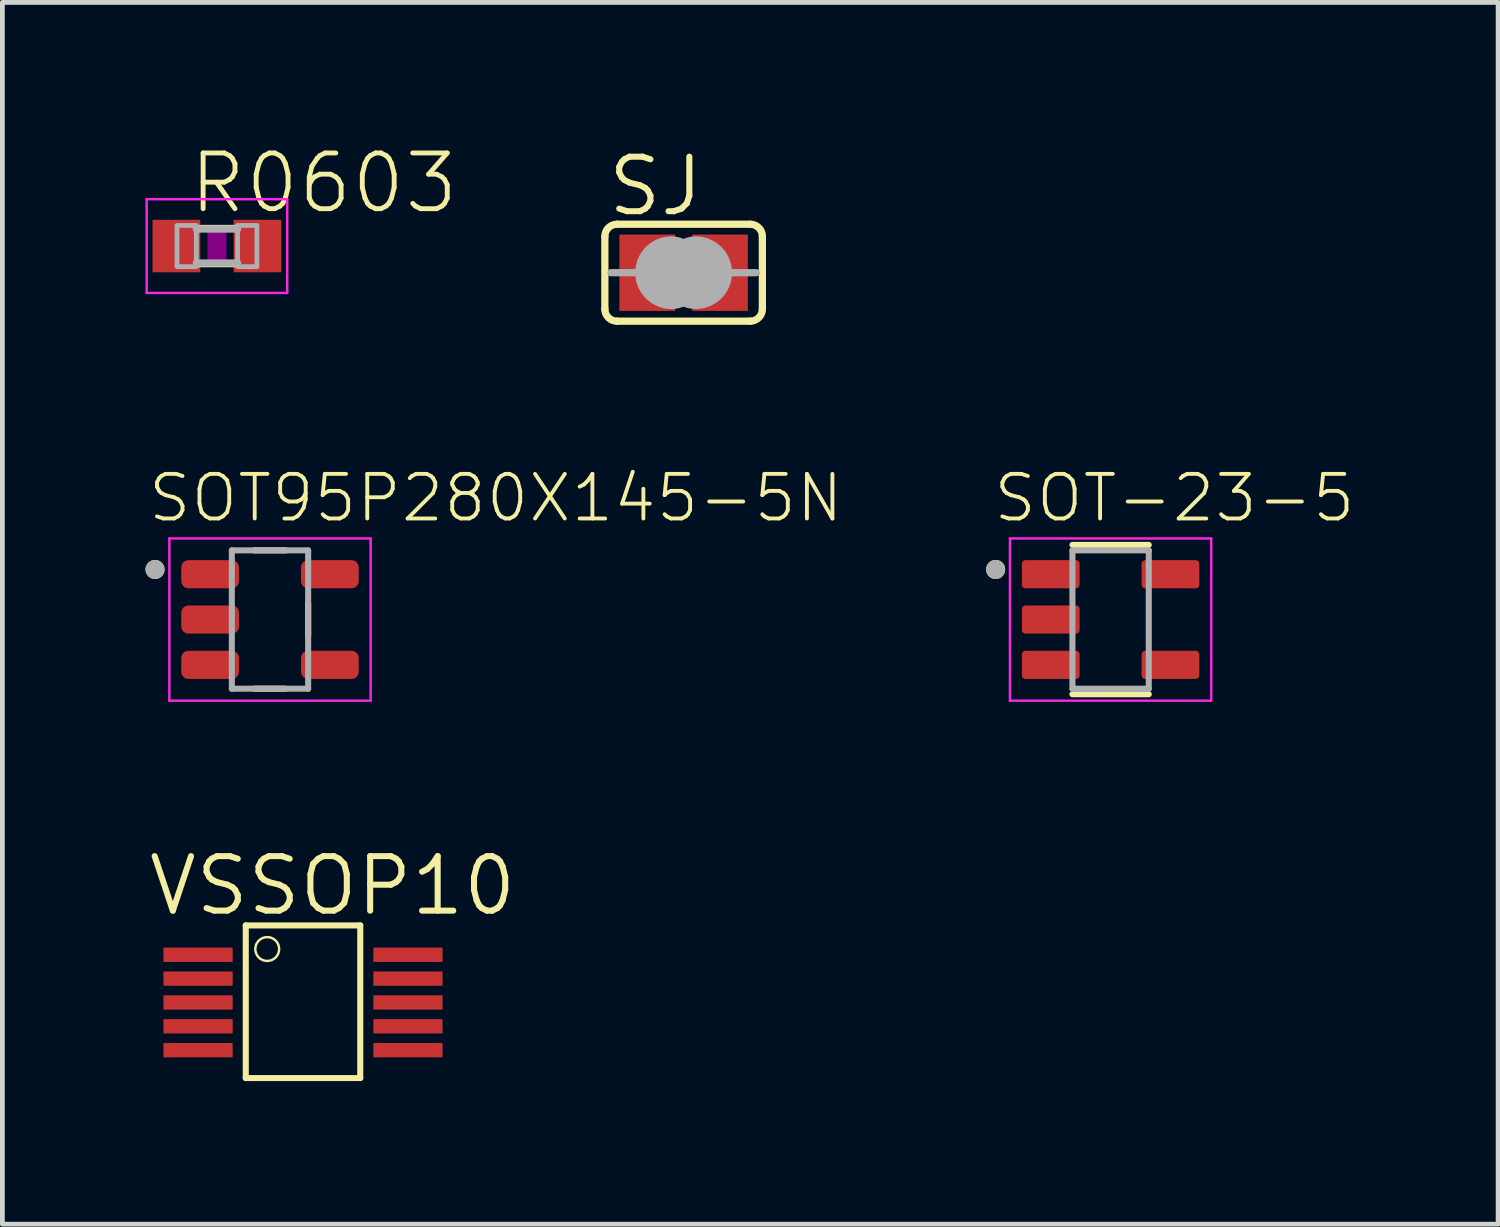
<source format=kicad_pcb>
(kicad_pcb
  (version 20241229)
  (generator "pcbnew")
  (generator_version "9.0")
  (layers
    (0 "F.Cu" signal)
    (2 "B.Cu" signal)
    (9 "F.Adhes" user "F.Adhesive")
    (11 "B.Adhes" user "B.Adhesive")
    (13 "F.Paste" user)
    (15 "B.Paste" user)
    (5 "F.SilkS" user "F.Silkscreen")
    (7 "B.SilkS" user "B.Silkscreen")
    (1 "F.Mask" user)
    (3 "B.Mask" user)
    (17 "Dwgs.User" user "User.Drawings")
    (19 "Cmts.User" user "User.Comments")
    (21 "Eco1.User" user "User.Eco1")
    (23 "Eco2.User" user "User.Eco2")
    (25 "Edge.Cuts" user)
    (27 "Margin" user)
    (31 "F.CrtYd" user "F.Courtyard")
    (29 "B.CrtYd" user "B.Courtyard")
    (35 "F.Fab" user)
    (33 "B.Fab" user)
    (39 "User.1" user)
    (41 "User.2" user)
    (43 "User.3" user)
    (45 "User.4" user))
  (footprint "SJ"
    (layer "F.Cu")
    (at 11.281 2.667)
    (property "Reference" "SJ" (at -1.651 -1.143 0) (unlocked yes) (layer "F.SilkS") (effects (font (size 1.143 1.143) (thickness 0.127)) (justify left bottom)))
    (fp_poly (pts (xy -0.076 0.914) (xy 0.076 0.914) (xy 0.076 -0.914) (xy -0.076 -0.914)) (stroke (width 0) (type default)) (fill yes) (layer "F.Mask"))
    (fp_line (start -1.651 0.762) (end -1.651 -0.762) (stroke (width 0.152) (type solid)) (layer "F.SilkS"))
    (fp_line (start -1.397 -1.016) (end 1.397 -1.016) (stroke (width 0.152) (type solid)) (layer "F.SilkS"))
    (fp_line (start 1.397 1.016) (end -1.397 1.016) (stroke (width 0.152) (type solid)) (layer "F.SilkS"))
    (fp_line (start 1.651 0.762) (end 1.651 -0.762) (stroke (width 0.152) (type solid)) (layer "F.SilkS"))
    (fp_arc (start -1.651 -0.762) (mid -1.576605 -0.941605) (end -1.397 -1.016) (stroke (width 0.1524) (type solid)) (layer "F.SilkS"))
    (fp_arc (start -1.397 1.016) (mid -1.576605 0.941605) (end -1.651 0.762) (stroke (width 0.1524) (type solid)) (layer "F.SilkS"))
    (fp_arc (start 1.397 -1.016) (mid 1.576605 -0.941605) (end 1.651 -0.762) (stroke (width 0.1524) (type solid)) (layer "F.SilkS"))
    (fp_arc (start 1.651 0.762) (mid 1.576605 0.941605) (end 1.397 1.016) (stroke (width 0.1524) (type solid)) (layer "F.SilkS"))
    (fp_line (start -1.016 0) (end -1.524 0) (stroke (width 0.152) (type solid)) (layer "F.Fab"))
    (fp_line (start 1.016 0) (end 1.524 0) (stroke (width 0.152) (type solid)) (layer "F.Fab"))
    (fp_arc (start -0.254 0.127) (mid -0.381 0) (end -0.254 -0.127) (stroke (width 1.27) (type solid)) (layer "F.Fab"))
    (fp_arc (start 0.254 -0.127) (mid 0.381 0) (end 0.254 0.127) (stroke (width 1.27) (type solid)) (layer "F.Fab"))
    (pad "1" smd rect (at -0.762 0) (size 1.168 1.6) (layers "F.Cu" "F.Mask" "F.Paste"))
    (pad "2" smd rect (at 0.762 0) (size 1.168 1.6) (layers "F.Cu" "F.Mask" "F.Paste")))
  (footprint "VSSOP10"
    (layer "F.Cu")
    (at 3.302 17.95)
    (property "Reference" "VSSOP10" (at -3.302 -1.763 0) (unlocked yes) (layer "F.SilkS") (effects (font (size 1.143 1.143) (thickness 0.127)) (justify left bottom)))
    (fp_line (start -1.2 -1.6) (end -1.2 1.6) (stroke (width 0.127) (type solid)) (layer "F.SilkS"))
    (fp_line (start -1.2 1.6) (end 1.2 1.6) (stroke (width 0.127) (type solid)) (layer "F.SilkS"))
    (fp_line (start 1.2 -1.6) (end -1.2 -1.6) (stroke (width 0.127) (type solid)) (layer "F.SilkS"))
    (fp_line (start 1.2 1.6) (end 1.2 -1.6) (stroke (width 0.127) (type solid)) (layer "F.SilkS"))
    (fp_circle (center -0.75 -1.105) (end -0.5 -1.105) (stroke (width 0.051) (type solid)) (fill no) (layer "F.SilkS"))
    (pad "1" smd rect (at -2.2 -0.985 270) (size 0.3 1.45) (layers "F.Cu" "F.Mask" "F.Paste"))
    (pad "2" smd rect (at -2.2 -0.485 270) (size 0.3 1.45) (layers "F.Cu" "F.Mask" "F.Paste"))
    (pad "3" smd rect (at -2.2 0.015 270) (size 0.3 1.45) (layers "F.Cu" "F.Mask" "F.Paste"))
    (pad "4" smd rect (at -2.2 0.515 270) (size 0.3 1.45) (layers "F.Cu" "F.Mask" "F.Paste"))
    (pad "5" smd rect (at -2.2 1.015 270) (size 0.3 1.45) (layers "F.Cu" "F.Mask" "F.Paste"))
    (pad "6" smd rect (at 2.2 1.015 270) (size 0.3 1.45) (layers "F.Cu" "F.Mask" "F.Paste"))
    (pad "7" smd rect (at 2.2 0.515 270) (size 0.3 1.45) (layers "F.Cu" "F.Mask" "F.Paste"))
    (pad "8" smd rect (at 2.2 0.015 270) (size 0.3 1.45) (layers "F.Cu" "F.Mask" "F.Paste"))
    (pad "9" smd rect (at 2.2 -0.485 270) (size 0.3 1.45) (layers "F.Cu" "F.Mask" "F.Paste"))
    (pad "10" smd rect (at 2.2 -0.985 270) (size 0.3 1.45) (layers "F.Cu" "F.Mask" "F.Paste")))
  (footprint "SOT-23-5"
    (layer "F.Cu")
    (at 20.232 9.938)
    (property "Reference" "SOT-23-5" (at -2.5 -2 0) (unlocked yes) (layer "F.SilkS") (effects (font (size 0.935 0.935) (thickness 0.081)) (justify left bottom)))
    (fp_line (start -0.8 -1.565) (end 0.8 -1.565) (stroke (width 0.127) (type solid)) (layer "F.SilkS"))
    (fp_line (start 0.8 1.565) (end -0.8 1.565) (stroke (width 0.127) (type solid)) (layer "F.SilkS"))
    (fp_circle (center -2.41 -1.05) (end -2.31 -1.05) (stroke (width 0.2) (type solid)) (fill no) (layer "F.SilkS"))
    (fp_line (start -2.11 -1.7) (end 2.11 -1.7) (stroke (width 0.05) (type solid)) (layer "F.CrtYd"))
    (fp_line (start -2.11 1.7) (end -2.11 -1.7) (stroke (width 0.05) (type solid)) (layer "F.CrtYd"))
    (fp_line (start 2.11 -1.7) (end 2.11 1.7) (stroke (width 0.05) (type solid)) (layer "F.CrtYd"))
    (fp_line (start 2.11 1.7) (end -2.11 1.7) (stroke (width 0.05) (type solid)) (layer "F.CrtYd"))
    (fp_line (start -0.8 -1.45) (end 0.8 -1.45) (stroke (width 0.127) (type solid)) (layer "F.Fab"))
    (fp_line (start -0.8 1.45) (end -0.8 -1.45) (stroke (width 0.127) (type solid)) (layer "F.Fab"))
    (fp_line (start 0.8 -1.45) (end 0.8 1.45) (stroke (width 0.127) (type solid)) (layer "F.Fab"))
    (fp_line (start 0.8 1.45) (end -0.8 1.45) (stroke (width 0.127) (type solid)) (layer "F.Fab"))
    (fp_circle (center -2.41 -1.05) (end -2.31 -1.05) (stroke (width 0.2) (type solid)) (fill no) (layer "F.Fab"))
    (pad "1" smd roundrect (at -1.255 -0.95) (size 1.21 0.59) (layers "F.Cu" "F.Mask" "F.Paste") (roundrect_rratio 0.125))
    (pad "2" smd roundrect (at -1.255 0) (size 1.21 0.59) (layers "F.Cu" "F.Mask" "F.Paste") (roundrect_rratio 0.125))
    (pad "3" smd roundrect (at -1.255 0.95) (size 1.21 0.59) (layers "F.Cu" "F.Mask" "F.Paste") (roundrect_rratio 0.125))
    (pad "4" smd roundrect (at 1.255 0.95) (size 1.21 0.59) (layers "F.Cu" "F.Mask" "F.Paste") (roundrect_rratio 0.125))
    (pad "5" smd roundrect (at 1.255 -0.95) (size 1.21 0.59) (layers "F.Cu" "F.Mask" "F.Paste") (roundrect_rratio 0.125)))
  (footprint "SOT95P280X145-5N"
    (layer "F.Cu")
    (at 2.61 9.938)
    (property "Reference" "SOT95P280X145-5N" (at -2.6 -2 0) (unlocked yes) (layer "F.SilkS") (effects (font (size 0.935 0.935) (thickness 0.081)) (justify left bottom)))
    (fp_line (start -0.33 -1.45) (end 0.33 -1.45) (stroke (width 0.127) (type solid)) (layer "F.SilkS"))
    (fp_line (start 0.33 1.45) (end -0.33 1.45) (stroke (width 0.127) (type solid)) (layer "F.SilkS"))
    (fp_line (start 0.8 -0.335) (end 0.8 0.335) (stroke (width 0.127) (type solid)) (layer "F.SilkS"))
    (fp_circle (center -2.41 -1.05) (end -2.31 -1.05) (stroke (width 0.2) (type solid)) (fill no) (layer "F.SilkS"))
    (fp_line (start -2.11 -1.7) (end 2.11 -1.7) (stroke (width 0.05) (type solid)) (layer "F.CrtYd"))
    (fp_line (start -2.11 1.7) (end -2.11 -1.7) (stroke (width 0.05) (type solid)) (layer "F.CrtYd"))
    (fp_line (start 2.11 -1.7) (end 2.11 1.7) (stroke (width 0.05) (type solid)) (layer "F.CrtYd"))
    (fp_line (start 2.11 1.7) (end -2.11 1.7) (stroke (width 0.05) (type solid)) (layer "F.CrtYd"))
    (fp_line (start -0.8 -1.45) (end 0.8 -1.45) (stroke (width 0.127) (type solid)) (layer "F.Fab"))
    (fp_line (start -0.8 1.45) (end -0.8 -1.45) (stroke (width 0.127) (type solid)) (layer "F.Fab"))
    (fp_line (start 0.8 -1.45) (end 0.8 1.45) (stroke (width 0.127) (type solid)) (layer "F.Fab"))
    (fp_line (start 0.8 1.45) (end -0.8 1.45) (stroke (width 0.127) (type solid)) (layer "F.Fab"))
    (fp_circle (center -2.41 -1.05) (end -2.31 -1.05) (stroke (width 0.2) (type solid)) (fill no) (layer "F.Fab"))
    (pad "1" smd roundrect (at -1.255 -0.95) (size 1.21 0.59) (layers "F.Cu" "F.Mask" "F.Paste") (roundrect_rratio 0.25))
    (pad "2" smd roundrect (at -1.255 0) (size 1.21 0.59) (layers "F.Cu" "F.Mask" "F.Paste") (roundrect_rratio 0.25))
    (pad "3" smd roundrect (at -1.255 0.95) (size 1.21 0.59) (layers "F.Cu" "F.Mask" "F.Paste") (roundrect_rratio 0.25))
    (pad "4" smd roundrect (at 1.255 0.95) (size 1.21 0.59) (layers "F.Cu" "F.Mask" "F.Paste") (roundrect_rratio 0.25))
    (pad "5" smd roundrect (at 1.255 -0.95) (size 1.21 0.59) (layers "F.Cu" "F.Mask" "F.Paste") (roundrect_rratio 0.25)))
  (footprint "R0603"
    (layer "F.Cu")
    (at 1.498 2.108)
    (property "Reference" "R0603" (at -0.635 -0.635 0) (unlocked yes) (layer "F.SilkS") (effects (font (size 1.168 1.168) (thickness 0.102)) (justify left bottom)))
    (fp_line (start -0.381 -0.381) (end 0.381 -0.381) (stroke (width 0.127) (type solid)) (layer "F.SilkS"))
    (fp_line (start -0.381 0.381) (end 0.381 0.381) (stroke (width 0.127) (type solid)) (layer "F.SilkS"))
    (fp_poly (pts (xy -0.2 0.4) (xy 0.2 0.4) (xy 0.2 -0.4) (xy -0.2 -0.4)) (stroke (width 0) (type default)) (fill yes) (layer "F.Adhes"))
    (fp_line (start -1.473 -0.983) (end 1.473 -0.983) (stroke (width 0.051) (type solid)) (layer "F.CrtYd"))
    (fp_line (start -1.473 0.983) (end -1.473 -0.983) (stroke (width 0.051) (type solid)) (layer "F.CrtYd"))
    (fp_line (start 1.473 -0.983) (end 1.473 0.983) (stroke (width 0.051) (type solid)) (layer "F.CrtYd"))
    (fp_line (start 1.473 0.983) (end -1.473 0.983) (stroke (width 0.051) (type solid)) (layer "F.CrtYd"))
    (fp_line (start -0.432 0.356) (end 0.432 0.356) (stroke (width 0.152) (type solid)) (layer "F.Fab"))
    (fp_line (start 0.432 -0.356) (end -0.432 -0.356) (stroke (width 0.152) (type solid)) (layer "F.Fab"))
    (fp_poly (pts (xy -0.838 0.432) (xy -0.432 0.432) (xy -0.432 -0.432) (xy -0.838 -0.432)) (stroke (width 0.1) (type default)) (fill no) (layer "F.Fab"))
    (fp_poly (pts (xy 0.432 0.432) (xy 0.838 0.432) (xy 0.838 -0.432) (xy 0.432 -0.432)) (stroke (width 0.1) (type default)) (fill no) (layer "F.Fab"))
    (pad "1" smd rect (at -0.85 0) (size 1 1.1) (layers "F.Cu" "F.Mask" "F.Paste"))
    (pad "2" smd rect (at 0.85 0) (size 1 1.1) (layers "F.Cu" "F.Mask" "F.Paste")))
  (gr_rect
    (start -3 -3)
    (end 28.356 22.613)
    (stroke (width 0.1) (type default))
    (fill no)
    (layer "Edge.Cuts")))
</source>
